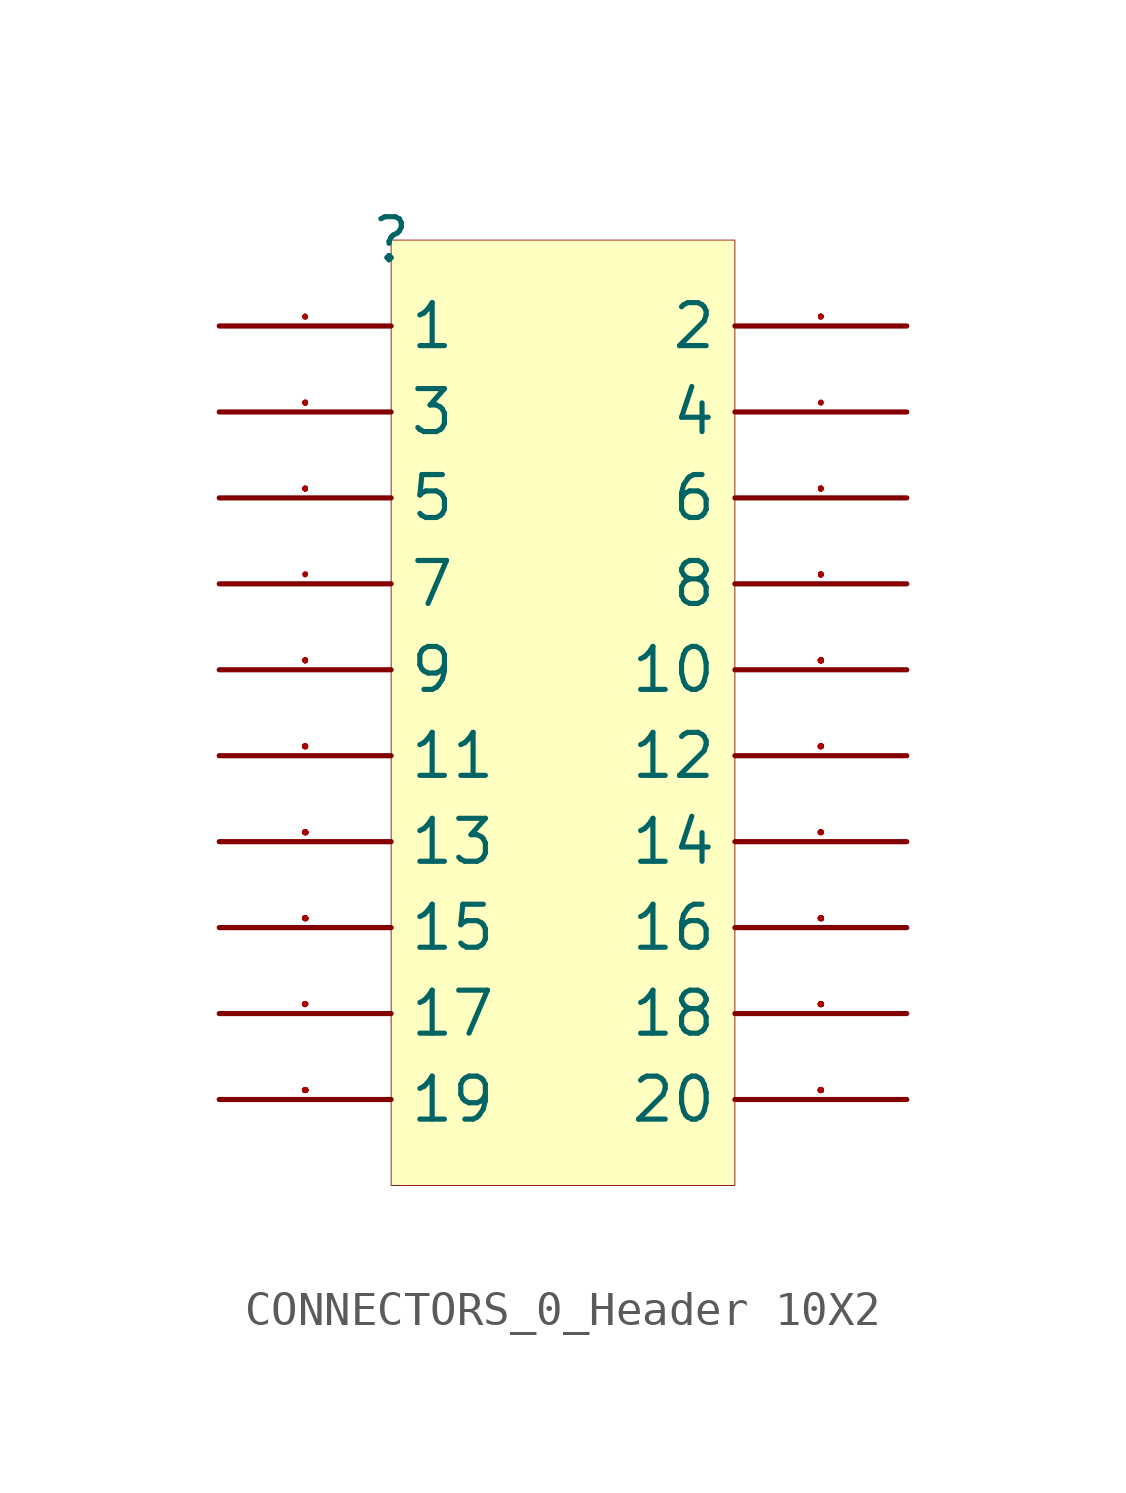
<source format=kicad_sym>
(kicad_symbol_lib
  (version 20231120)
  (generator "kicad_symbol_editor")
  (generator_version "7.99")
  (symbol "CONNECTORS_0_Header 10X2"
    (property "Reference" ""
      (at 0 0 0)
      (effects (font (size 1.27 1.27))))
    (property "Value" ""
      (at 0 0 0)
      (effects (font (size 1.27 1.27))))
    (symbol "CONNECTORS_0_Header 10X2_1_0"
      (rectangle (start 10.16 0) (end 0 -27.94) (stroke (width 0.025) (type solid) (color 128 0 0 1)) (fill (type background)))
      (pin passive line (at -5.08 -2.54 0) (length 5.08) (name "1" (effects (font (size 1.27 1.27)))) (number "1" (effects (font (size 0.025 0.025)))))
      (pin passive line (at 15.24 -12.7 180) (length 5.08) (name "10" (effects (font (size 1.27 1.27)))) (number "10" (effects (font (size 0.025 0.025)))))
      (pin passive line (at -5.08 -15.24 0) (length 5.08) (name "11" (effects (font (size 1.27 1.27)))) (number "11" (effects (font (size 0.025 0.025)))))
      (pin passive line (at 15.24 -15.24 180) (length 5.08) (name "12" (effects (font (size 1.27 1.27)))) (number "12" (effects (font (size 0.025 0.025)))))
      (pin passive line (at -5.08 -17.78 0) (length 5.08) (name "13" (effects (font (size 1.27 1.27)))) (number "13" (effects (font (size 0.025 0.025)))))
      (pin passive line (at 15.24 -17.78 180) (length 5.08) (name "14" (effects (font (size 1.27 1.27)))) (number "14" (effects (font (size 0.025 0.025)))))
      (pin passive line (at -5.08 -20.32 0) (length 5.08) (name "15" (effects (font (size 1.27 1.27)))) (number "15" (effects (font (size 0.025 0.025)))))
      (pin passive line (at 15.24 -20.32 180) (length 5.08) (name "16" (effects (font (size 1.27 1.27)))) (number "16" (effects (font (size 0.025 0.025)))))
      (pin passive line (at -5.08 -22.86 0) (length 5.08) (name "17" (effects (font (size 1.27 1.27)))) (number "17" (effects (font (size 0.025 0.025)))))
      (pin passive line (at 15.24 -22.86 180) (length 5.08) (name "18" (effects (font (size 1.27 1.27)))) (number "18" (effects (font (size 0.025 0.025)))))
      (pin passive line (at -5.08 -25.4 0) (length 5.08) (name "19" (effects (font (size 1.27 1.27)))) (number "19" (effects (font (size 0.025 0.025)))))
      (pin passive line (at 15.24 -2.54 180) (length 5.08) (name "2" (effects (font (size 1.27 1.27)))) (number "2" (effects (font (size 0.025 0.025)))))
      (pin passive line (at 15.24 -25.4 180) (length 5.08) (name "20" (effects (font (size 1.27 1.27)))) (number "20" (effects (font (size 0.025 0.025)))))
      (pin passive line (at -5.08 -5.08 0) (length 5.08) (name "3" (effects (font (size 1.27 1.27)))) (number "3" (effects (font (size 0.025 0.025)))))
      (pin passive line (at 15.24 -5.08 180) (length 5.08) (name "4" (effects (font (size 1.27 1.27)))) (number "4" (effects (font (size 0.025 0.025)))))
      (pin passive line (at -5.08 -7.62 0) (length 5.08) (name "5" (effects (font (size 1.27 1.27)))) (number "5" (effects (font (size 0.025 0.025)))))
      (pin passive line (at 15.24 -7.62 180) (length 5.08) (name "6" (effects (font (size 1.27 1.27)))) (number "6" (effects (font (size 0.025 0.025)))))
      (pin passive line (at -5.08 -10.16 0) (length 5.08) (name "7" (effects (font (size 1.27 1.27)))) (number "7" (effects (font (size 0.025 0.025)))))
      (pin passive line (at 15.24 -10.16 180) (length 5.08) (name "8" (effects (font (size 1.27 1.27)))) (number "8" (effects (font (size 0.025 0.025)))))
      (pin passive line (at -5.08 -12.7 0) (length 5.08) (name "9" (effects (font (size 1.27 1.27)))) (number "9" (effects (font (size 0.025 0.025))))))))
</source>
